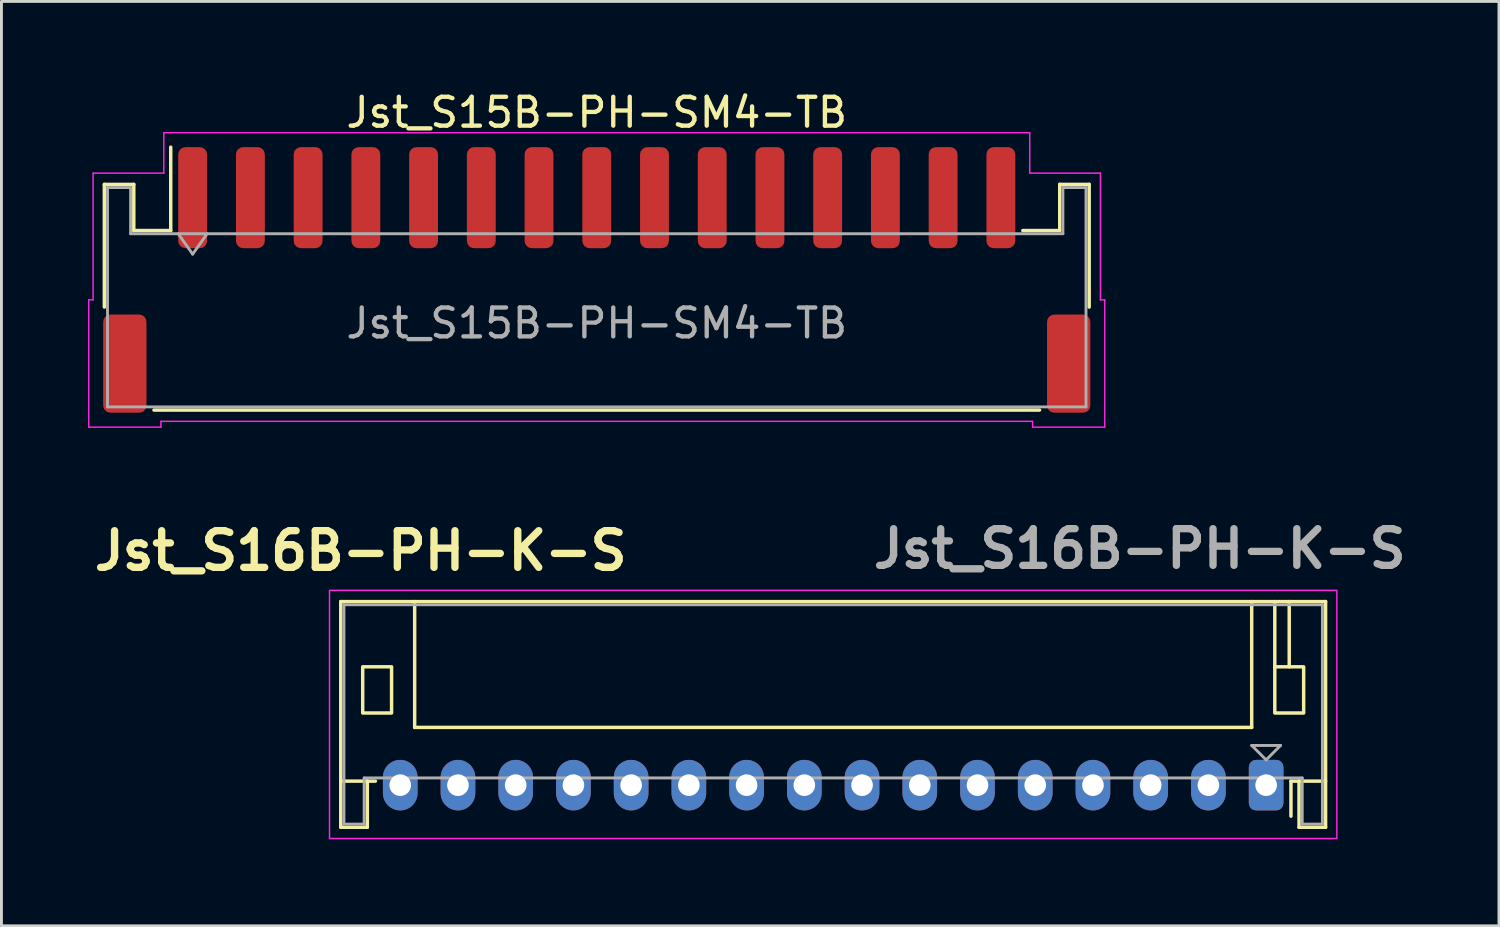
<source format=kicad_pcb>
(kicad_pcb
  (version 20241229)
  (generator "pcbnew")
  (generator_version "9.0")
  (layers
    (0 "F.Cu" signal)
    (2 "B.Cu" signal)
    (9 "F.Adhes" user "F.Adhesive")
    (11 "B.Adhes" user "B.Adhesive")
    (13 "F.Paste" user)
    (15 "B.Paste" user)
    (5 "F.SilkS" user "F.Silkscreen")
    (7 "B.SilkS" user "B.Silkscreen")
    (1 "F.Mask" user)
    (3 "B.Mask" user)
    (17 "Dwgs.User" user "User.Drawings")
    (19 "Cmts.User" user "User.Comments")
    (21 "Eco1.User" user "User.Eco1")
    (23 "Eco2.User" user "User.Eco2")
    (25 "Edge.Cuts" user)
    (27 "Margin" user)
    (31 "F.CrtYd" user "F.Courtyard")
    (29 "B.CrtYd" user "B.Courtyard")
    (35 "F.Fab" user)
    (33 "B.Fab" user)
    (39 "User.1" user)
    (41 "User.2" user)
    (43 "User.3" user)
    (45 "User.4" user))
  (footprint "Jst_S15B-PH-SM4-TB"
    (layer "F.Cu")
    (at 17.625 6.648)
    (property "Reference" "Jst_S15B-PH-SM4-TB" (at 0 -5.8 0) (layer "F.SilkS") (effects (font (size 1 1) (thickness 0.15))))
    (attr smd)
    (fp_line (start -17.06 -3.31) (end -16.04 -3.31) (stroke (width 0.12) (type solid)) (layer "F.SilkS"))
    (fp_line (start -17.06 0.94) (end -17.06 -3.31) (stroke (width 0.12) (type solid)) (layer "F.SilkS"))
    (fp_line (start -16.04 -3.31) (end -16.04 -1.71) (stroke (width 0.12) (type solid)) (layer "F.SilkS"))
    (fp_line (start -16.04 -1.71) (end -14.76 -1.71) (stroke (width 0.12) (type solid)) (layer "F.SilkS"))
    (fp_line (start -15.34 4.51) (end 15.34 4.51) (stroke (width 0.12) (type solid)) (layer "F.SilkS"))
    (fp_line (start -14.76 -1.71) (end -14.76 -4.6) (stroke (width 0.12) (type solid)) (layer "F.SilkS"))
    (fp_line (start 16.04 -3.31) (end 16.04 -1.71) (stroke (width 0.12) (type solid)) (layer "F.SilkS"))
    (fp_line (start 16.04 -1.71) (end 14.76 -1.71) (stroke (width 0.12) (type solid)) (layer "F.SilkS"))
    (fp_line (start 17.06 -3.31) (end 16.04 -3.31) (stroke (width 0.12) (type solid)) (layer "F.SilkS"))
    (fp_line (start 17.06 0.94) (end 17.06 -3.31) (stroke (width 0.12) (type solid)) (layer "F.SilkS"))
    (fp_line (start -17.6 0.69) (end -17.45 0.69) (stroke (width 0.05) (type solid)) (layer "F.CrtYd"))
    (fp_line (start -17.6 5.1) (end -17.6 0.69) (stroke (width 0.05) (type solid)) (layer "F.CrtYd"))
    (fp_line (start -17.45 -3.7) (end -15 -3.7) (stroke (width 0.05) (type solid)) (layer "F.CrtYd"))
    (fp_line (start -17.45 0.69) (end -17.45 -3.7) (stroke (width 0.05) (type solid)) (layer "F.CrtYd"))
    (fp_line (start -15.1 4.9) (end -15.1 5.1) (stroke (width 0.05) (type solid)) (layer "F.CrtYd"))
    (fp_line (start -15.1 5.1) (end -17.6 5.1) (stroke (width 0.05) (type solid)) (layer "F.CrtYd"))
    (fp_line (start -15 -5.1) (end 15 -5.1) (stroke (width 0.05) (type solid)) (layer "F.CrtYd"))
    (fp_line (start -15 -3.7) (end -15 -5.1) (stroke (width 0.05) (type solid)) (layer "F.CrtYd"))
    (fp_line (start 15 -5.1) (end 15 -3.7) (stroke (width 0.05) (type solid)) (layer "F.CrtYd"))
    (fp_line (start 15 -3.7) (end 17.45 -3.7) (stroke (width 0.05) (type solid)) (layer "F.CrtYd"))
    (fp_line (start 15.1 4.9) (end -15.1 4.9) (stroke (width 0.05) (type solid)) (layer "F.CrtYd"))
    (fp_line (start 15.1 5.1) (end 15.1 4.9) (stroke (width 0.05) (type solid)) (layer "F.CrtYd"))
    (fp_line (start 17.45 -3.7) (end 17.45 0.69) (stroke (width 0.05) (type solid)) (layer "F.CrtYd"))
    (fp_line (start 17.45 0.69) (end 17.6 0.69) (stroke (width 0.05) (type solid)) (layer "F.CrtYd"))
    (fp_line (start 17.6 0.69) (end 17.6 5.1) (stroke (width 0.05) (type solid)) (layer "F.CrtYd"))
    (fp_line (start 17.6 5.1) (end 15.1 5.1) (stroke (width 0.05) (type solid)) (layer "F.CrtYd"))
    (fp_line (start -16.95 -3.2) (end -16.95 4.4) (stroke (width 0.1) (type solid)) (layer "F.Fab"))
    (fp_line (start -16.95 -3.2) (end -16.15 -3.2) (stroke (width 0.1) (type solid)) (layer "F.Fab"))
    (fp_line (start -16.95 4.4) (end 16.95 4.4) (stroke (width 0.1) (type solid)) (layer "F.Fab"))
    (fp_line (start -16.15 -3.2) (end -16.15 -1.6) (stroke (width 0.1) (type solid)) (layer "F.Fab"))
    (fp_line (start -16.15 -1.6) (end 16.15 -1.6) (stroke (width 0.1) (type solid)) (layer "F.Fab"))
    (fp_line (start -14.5 -1.6) (end -14 -0.893) (stroke (width 0.1) (type solid)) (layer "F.Fab"))
    (fp_line (start -14 -0.893) (end -13.5 -1.6) (stroke (width 0.1) (type solid)) (layer "F.Fab"))
    (fp_line (start 16.15 -3.2) (end 16.95 -3.2) (stroke (width 0.1) (type solid)) (layer "F.Fab"))
    (fp_line (start 16.15 -1.6) (end 16.15 -3.2) (stroke (width 0.1) (type solid)) (layer "F.Fab"))
    (fp_line (start 16.95 -3.2) (end 16.95 4.4) (stroke (width 0.1) (type solid)) (layer "F.Fab"))
    (fp_text user "${REFERENCE}" (at 0 1.5 0) (layer "F.Fab") (effects (font (size 1 1) (thickness 0.15))))
    (pad "1" smd roundrect (at -14 -2.85) (size 1 3.5) (layers "F.Cu" "F.Mask" "F.Paste") (roundrect_rratio 0.25))
    (pad "2" smd roundrect (at -12 -2.85) (size 1 3.5) (layers "F.Cu" "F.Mask" "F.Paste") (roundrect_rratio 0.25))
    (pad "3" smd roundrect (at -10 -2.85) (size 1 3.5) (layers "F.Cu" "F.Mask" "F.Paste") (roundrect_rratio 0.25))
    (pad "4" smd roundrect (at -8 -2.85) (size 1 3.5) (layers "F.Cu" "F.Mask" "F.Paste") (roundrect_rratio 0.25))
    (pad "5" smd roundrect (at -6 -2.85) (size 1 3.5) (layers "F.Cu" "F.Mask" "F.Paste") (roundrect_rratio 0.25))
    (pad "6" smd roundrect (at -4 -2.85) (size 1 3.5) (layers "F.Cu" "F.Mask" "F.Paste") (roundrect_rratio 0.25))
    (pad "7" smd roundrect (at -2 -2.85) (size 1 3.5) (layers "F.Cu" "F.Mask" "F.Paste") (roundrect_rratio 0.25))
    (pad "8" smd roundrect (at 0 -2.85) (size 1 3.5) (layers "F.Cu" "F.Mask" "F.Paste") (roundrect_rratio 0.25))
    (pad "9" smd roundrect (at 2 -2.85) (size 1 3.5) (layers "F.Cu" "F.Mask" "F.Paste") (roundrect_rratio 0.25))
    (pad "10" smd roundrect (at 4 -2.85) (size 1 3.5) (layers "F.Cu" "F.Mask" "F.Paste") (roundrect_rratio 0.25))
    (pad "11" smd roundrect (at 6 -2.85) (size 1 3.5) (layers "F.Cu" "F.Mask" "F.Paste") (roundrect_rratio 0.25))
    (pad "12" smd roundrect (at 8 -2.85) (size 1 3.5) (layers "F.Cu" "F.Mask" "F.Paste") (roundrect_rratio 0.25))
    (pad "13" smd roundrect (at 10 -2.85) (size 1 3.5) (layers "F.Cu" "F.Mask" "F.Paste") (roundrect_rratio 0.25))
    (pad "14" smd roundrect (at 12 -2.85) (size 1 3.5) (layers "F.Cu" "F.Mask" "F.Paste") (roundrect_rratio 0.25))
    (pad "15" smd roundrect (at 14 -2.85) (size 1 3.5) (layers "F.Cu" "F.Mask" "F.Paste") (roundrect_rratio 0.25))
    (pad "MP" smd roundrect (at -16.35 2.9) (size 1.5 3.4) (layers "F.Cu" "F.Mask" "F.Paste") (roundrect_rratio 0.167))
    (pad "MP" smd roundrect (at 16.35 2.9) (size 1.5 3.4) (layers "F.Cu" "F.Mask" "F.Paste") (roundrect_rratio 0.167)))
  (footprint "Jst_S16B-PH-K-S"
    (layer "F.Cu")
    (at 40.816 24.152)
    (property "Reference" "Jst_S16B-PH-K-S" (at -31.37 -8.12 0) (layer "F.SilkS") (effects (font (size 1.27 1.27) (thickness 0.254))))
    (attr through_hole)
    (fp_line (start -32.06 -6.36) (end -32.06 1.46) (stroke (width 0.12) (type solid)) (layer "F.SilkS"))
    (fp_line (start -32.06 -0.14) (end -31.14 -0.14) (stroke (width 0.12) (type solid)) (layer "F.SilkS"))
    (fp_line (start -32.06 1.46) (end -31.14 1.46) (stroke (width 0.12) (type solid)) (layer "F.SilkS"))
    (fp_line (start -31.14 -0.14) (end -30.86 -0.14) (stroke (width 0.12) (type solid)) (layer "F.SilkS"))
    (fp_line (start -31.14 1.46) (end -31.14 -0.14) (stroke (width 0.12) (type solid)) (layer "F.SilkS"))
    (fp_line (start -29.5 -2) (end -29.5 -6.36) (stroke (width 0.12) (type solid)) (layer "F.SilkS"))
    (fp_line (start -0.5 -6.36) (end -0.5 -2) (stroke (width 0.12) (type solid)) (layer "F.SilkS"))
    (fp_line (start -0.5 -2) (end -29.5 -2) (stroke (width 0.12) (type solid)) (layer "F.SilkS"))
    (fp_line (start 0.3 -4.1) (end 0.3 -6.36) (stroke (width 0.12) (type solid)) (layer "F.SilkS"))
    (fp_line (start 0.8 -4.1) (end 0.8 -6.36) (stroke (width 0.12) (type solid)) (layer "F.SilkS"))
    (fp_line (start 0.86 -0.14) (end 0.86 1.075) (stroke (width 0.12) (type solid)) (layer "F.SilkS"))
    (fp_line (start 0.86 -0.14) (end 1.14 -0.14) (stroke (width 0.12) (type solid)) (layer "F.SilkS"))
    (fp_line (start 1.14 -0.14) (end 1.14 1.46) (stroke (width 0.12) (type solid)) (layer "F.SilkS"))
    (fp_line (start 1.14 1.46) (end 2.06 1.46) (stroke (width 0.12) (type solid)) (layer "F.SilkS"))
    (fp_line (start 2.06 -6.36) (end -32.06 -6.36) (stroke (width 0.12) (type solid)) (layer "F.SilkS"))
    (fp_line (start 2.06 -0.14) (end 1.14 -0.14) (stroke (width 0.12) (type solid)) (layer "F.SilkS"))
    (fp_line (start 2.06 1.46) (end 2.06 -6.36) (stroke (width 0.12) (type solid)) (layer "F.SilkS"))
    (fp_rect (start -31.3 -4.1) (end -30.3 -2.5) (stroke (width 0.12) (type solid)) (fill no) (layer "F.SilkS"))
    (fp_rect (start 0.3 -4.1) (end 1.3 -2.5) (stroke (width 0.12) (type solid)) (fill no) (layer "F.SilkS"))
    (fp_rect (start -32.45 -6.75) (end 2.45 1.85) (stroke (width 0.05) (type solid)) (fill no) (layer "F.CrtYd"))
    (fp_line (start -31.95 -6.25) (end -31.95 1.35) (stroke (width 0.1) (type solid)) (layer "F.Fab"))
    (fp_line (start -31.95 1.35) (end -31.25 1.35) (stroke (width 0.1) (type solid)) (layer "F.Fab"))
    (fp_line (start -31.25 -0.25) (end 1.25 -0.25) (stroke (width 0.1) (type solid)) (layer "F.Fab"))
    (fp_line (start -31.25 1.35) (end -31.25 -0.25) (stroke (width 0.1) (type solid)) (layer "F.Fab"))
    (fp_line (start -0.5 -1.375) (end 0 -0.875) (stroke (width 0.1) (type solid)) (layer "F.Fab"))
    (fp_line (start 0 -0.875) (end 0.5 -1.375) (stroke (width 0.1) (type solid)) (layer "F.Fab"))
    (fp_line (start 0.5 -1.375) (end -0.5 -1.375) (stroke (width 0.1) (type solid)) (layer "F.Fab"))
    (fp_line (start 1.25 -0.25) (end 1.25 1.35) (stroke (width 0.1) (type solid)) (layer "F.Fab"))
    (fp_line (start 1.25 1.35) (end 1.95 1.35) (stroke (width 0.1) (type solid)) (layer "F.Fab"))
    (fp_line (start 1.95 -6.25) (end -31.95 -6.25) (stroke (width 0.1) (type solid)) (layer "F.Fab"))
    (fp_line (start 1.95 1.35) (end 1.95 -6.25) (stroke (width 0.1) (type solid)) (layer "F.Fab"))
    (fp_text user "${REFERENCE}" (at -4.38 -8.19 0) (layer "F.Fab") (effects (font (size 1.27 1.27) (thickness 0.254))))
    (pad "1" thru_hole roundrect (at 0 0 180) (size 1.2 1.75) (drill 0.75) (layers "*.Cu" "*.Mask") (roundrect_rratio 0.208))
    (pad "2" thru_hole oval (at -2 0 180) (size 1.2 1.75) (drill 0.75) (layers "*.Cu" "*.Mask"))
    (pad "3" thru_hole oval (at -4 0 180) (size 1.2 1.75) (drill 0.75) (layers "*.Cu" "*.Mask"))
    (pad "4" thru_hole oval (at -6 0 180) (size 1.2 1.75) (drill 0.75) (layers "*.Cu" "*.Mask"))
    (pad "5" thru_hole oval (at -8 0 180) (size 1.2 1.75) (drill 0.75) (layers "*.Cu" "*.Mask"))
    (pad "6" thru_hole oval (at -10 0 180) (size 1.2 1.75) (drill 0.75) (layers "*.Cu" "*.Mask"))
    (pad "7" thru_hole oval (at -12 0 180) (size 1.2 1.75) (drill 0.75) (layers "*.Cu" "*.Mask"))
    (pad "8" thru_hole oval (at -14 0 180) (size 1.2 1.75) (drill 0.75) (layers "*.Cu" "*.Mask"))
    (pad "9" thru_hole oval (at -16 0 180) (size 1.2 1.75) (drill 0.75) (layers "*.Cu" "*.Mask"))
    (pad "10" thru_hole oval (at -18 0 180) (size 1.2 1.75) (drill 0.75) (layers "*.Cu" "*.Mask"))
    (pad "11" thru_hole oval (at -20 0 180) (size 1.2 1.75) (drill 0.75) (layers "*.Cu" "*.Mask"))
    (pad "12" thru_hole oval (at -22 0 180) (size 1.2 1.75) (drill 0.75) (layers "*.Cu" "*.Mask"))
    (pad "13" thru_hole oval (at -24 0 180) (size 1.2 1.75) (drill 0.75) (layers "*.Cu" "*.Mask"))
    (pad "14" thru_hole oval (at -26 0 180) (size 1.2 1.75) (drill 0.75) (layers "*.Cu" "*.Mask"))
    (pad "15" thru_hole oval (at -28 0 180) (size 1.2 1.75) (drill 0.75) (layers "*.Cu" "*.Mask"))
    (pad "16" thru_hole oval (at -30 0 180) (size 1.2 1.75) (drill 0.75) (layers "*.Cu" "*.Mask")))
  (gr_rect
    (start -3 -3)
    (end 48.883 29.027)
    (stroke (width 0.1) (type default))
    (fill no)
    (layer "Edge.Cuts")))
</source>
